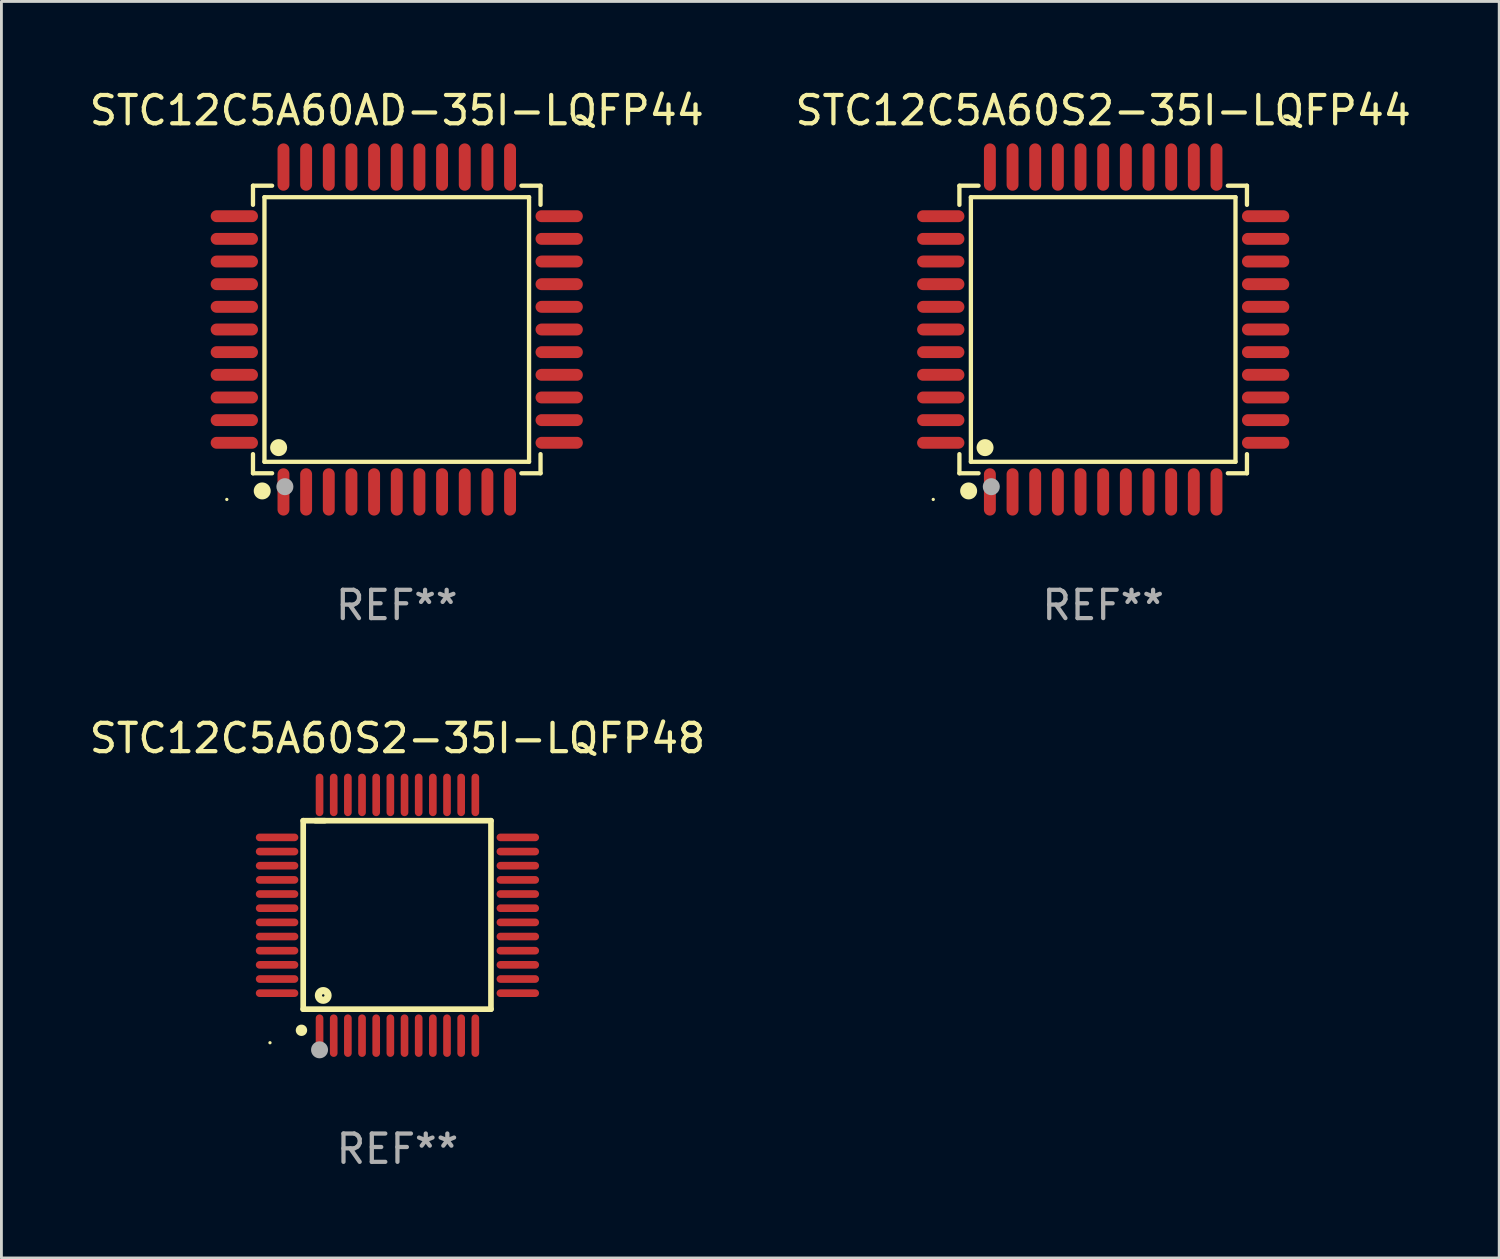
<source format=kicad_pcb>
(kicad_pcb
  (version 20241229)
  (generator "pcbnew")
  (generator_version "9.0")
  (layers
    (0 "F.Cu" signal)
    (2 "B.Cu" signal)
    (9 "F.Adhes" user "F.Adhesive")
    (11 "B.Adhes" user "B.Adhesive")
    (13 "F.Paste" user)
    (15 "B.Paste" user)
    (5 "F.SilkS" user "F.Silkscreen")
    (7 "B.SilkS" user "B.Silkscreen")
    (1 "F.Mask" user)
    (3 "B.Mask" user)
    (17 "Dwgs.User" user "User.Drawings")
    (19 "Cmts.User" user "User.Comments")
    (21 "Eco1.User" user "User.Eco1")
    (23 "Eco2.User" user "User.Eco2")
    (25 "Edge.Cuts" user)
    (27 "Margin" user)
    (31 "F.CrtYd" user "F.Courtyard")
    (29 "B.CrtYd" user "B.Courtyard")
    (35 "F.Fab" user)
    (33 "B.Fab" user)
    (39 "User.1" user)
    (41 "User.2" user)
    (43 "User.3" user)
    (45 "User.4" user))
  (footprint "STC12C5A60S2-35I-LQFP44"
    (layer "F.Cu")
    (at 35.899 8.583)
    (property "Reference" "STC12C5A60S2-35I-LQFP44" (at 0 -7.735 0) (layer "F.SilkS") (effects (font (size 1 1) (thickness 0.15))))
    (attr through_hole)
    (fp_line (start -5.076 -5.076) (end -4.401 -5.076) (stroke (width 0.152) (type solid)) (layer "F.SilkS"))
    (fp_line (start -5.076 -4.401) (end -5.076 -5.076) (stroke (width 0.152) (type solid)) (layer "F.SilkS"))
    (fp_line (start -5.076 4.401) (end -5.076 5.076) (stroke (width 0.152) (type solid)) (layer "F.SilkS"))
    (fp_line (start -5.076 5.076) (end -4.401 5.076) (stroke (width 0.152) (type solid)) (layer "F.SilkS"))
    (fp_line (start -4.671 -4.671) (end 4.671 -4.671) (stroke (width 0.152) (type solid)) (layer "F.SilkS"))
    (fp_line (start -4.671 4.671) (end -4.671 -4.671) (stroke (width 0.152) (type solid)) (layer "F.SilkS"))
    (fp_line (start 4.671 -4.671) (end 4.671 4.671) (stroke (width 0.152) (type solid)) (layer "F.SilkS"))
    (fp_line (start 4.671 4.671) (end -4.671 4.671) (stroke (width 0.152) (type solid)) (layer "F.SilkS"))
    (fp_line (start 5.076 -5.076) (end 4.401 -5.076) (stroke (width 0.152) (type solid)) (layer "F.SilkS"))
    (fp_line (start 5.076 -4.401) (end 5.076 -5.076) (stroke (width 0.152) (type solid)) (layer "F.SilkS"))
    (fp_line (start 5.076 4.401) (end 5.076 5.076) (stroke (width 0.152) (type solid)) (layer "F.SilkS"))
    (fp_line (start 5.076 5.076) (end 4.401 5.076) (stroke (width 0.152) (type solid)) (layer "F.SilkS"))
    (fp_circle (center -6 6) (end -5.97 6) (stroke (width 0.06) (type solid)) (fill no) (layer "F.SilkS"))
    (fp_circle (center -4.75 5.7) (end -4.6 5.7) (stroke (width 0.3) (type solid)) (fill no) (layer "F.SilkS"))
    (fp_circle (center -4.171 4.171) (end -4.021 4.171) (stroke (width 0.3) (type solid)) (fill no) (layer "F.SilkS"))
    (fp_circle (center -3.95 5.55) (end -3.8 5.55) (stroke (width 0.3) (type solid)) (fill no) (layer "F.Fab"))
    (fp_text user "REF**" (at 0 9.735 0) (layer "F.Fab") (effects (font (size 1 1) (thickness 0.15))))
    (pad "1" smd oval (at -4 5.735) (size 0.42 1.67) (layers "F.Cu" "F.Mask" "F.Paste"))
    (pad "2" smd oval (at -3.2 5.735) (size 0.42 1.67) (layers "F.Cu" "F.Mask" "F.Paste"))
    (pad "3" smd oval (at -2.4 5.735) (size 0.42 1.67) (layers "F.Cu" "F.Mask" "F.Paste"))
    (pad "4" smd oval (at -1.6 5.735) (size 0.42 1.67) (layers "F.Cu" "F.Mask" "F.Paste"))
    (pad "5" smd oval (at -0.8 5.735) (size 0.42 1.67) (layers "F.Cu" "F.Mask" "F.Paste"))
    (pad "6" smd oval (at 0 5.735) (size 0.42 1.67) (layers "F.Cu" "F.Mask" "F.Paste"))
    (pad "7" smd oval (at 0.8 5.735) (size 0.42 1.67) (layers "F.Cu" "F.Mask" "F.Paste"))
    (pad "8" smd oval (at 1.6 5.735) (size 0.42 1.67) (layers "F.Cu" "F.Mask" "F.Paste"))
    (pad "9" smd oval (at 2.4 5.735) (size 0.42 1.67) (layers "F.Cu" "F.Mask" "F.Paste"))
    (pad "10" smd oval (at 3.2 5.735) (size 0.42 1.67) (layers "F.Cu" "F.Mask" "F.Paste"))
    (pad "11" smd oval (at 4 5.735) (size 0.42 1.67) (layers "F.Cu" "F.Mask" "F.Paste"))
    (pad "12" smd oval (at 5.735 4) (size 1.67 0.42) (layers "F.Cu" "F.Mask" "F.Paste"))
    (pad "13" smd oval (at 5.735 3.2) (size 1.67 0.42) (layers "F.Cu" "F.Mask" "F.Paste"))
    (pad "14" smd oval (at 5.735 2.4) (size 1.67 0.42) (layers "F.Cu" "F.Mask" "F.Paste"))
    (pad "15" smd oval (at 5.735 1.6) (size 1.67 0.42) (layers "F.Cu" "F.Mask" "F.Paste"))
    (pad "16" smd oval (at 5.735 0.8) (size 1.67 0.42) (layers "F.Cu" "F.Mask" "F.Paste"))
    (pad "17" smd oval (at 5.735 0) (size 1.67 0.42) (layers "F.Cu" "F.Mask" "F.Paste"))
    (pad "18" smd oval (at 5.735 -0.8) (size 1.67 0.42) (layers "F.Cu" "F.Mask" "F.Paste"))
    (pad "19" smd oval (at 5.735 -1.6) (size 1.67 0.42) (layers "F.Cu" "F.Mask" "F.Paste"))
    (pad "20" smd oval (at 5.735 -2.4) (size 1.67 0.42) (layers "F.Cu" "F.Mask" "F.Paste"))
    (pad "21" smd oval (at 5.735 -3.2) (size 1.67 0.42) (layers "F.Cu" "F.Mask" "F.Paste"))
    (pad "22" smd oval (at 5.735 -4) (size 1.67 0.42) (layers "F.Cu" "F.Mask" "F.Paste"))
    (pad "23" smd oval (at 4 -5.735) (size 0.42 1.67) (layers "F.Cu" "F.Mask" "F.Paste"))
    (pad "24" smd oval (at 3.2 -5.735) (size 0.42 1.67) (layers "F.Cu" "F.Mask" "F.Paste"))
    (pad "25" smd oval (at 2.4 -5.735) (size 0.42 1.67) (layers "F.Cu" "F.Mask" "F.Paste"))
    (pad "26" smd oval (at 1.6 -5.735) (size 0.42 1.67) (layers "F.Cu" "F.Mask" "F.Paste"))
    (pad "27" smd oval (at 0.8 -5.735) (size 0.42 1.67) (layers "F.Cu" "F.Mask" "F.Paste"))
    (pad "28" smd oval (at 0 -5.735) (size 0.42 1.67) (layers "F.Cu" "F.Mask" "F.Paste"))
    (pad "29" smd oval (at -0.8 -5.735) (size 0.42 1.67) (layers "F.Cu" "F.Mask" "F.Paste"))
    (pad "30" smd oval (at -1.6 -5.735) (size 0.42 1.67) (layers "F.Cu" "F.Mask" "F.Paste"))
    (pad "31" smd oval (at -2.4 -5.735) (size 0.42 1.67) (layers "F.Cu" "F.Mask" "F.Paste"))
    (pad "32" smd oval (at -3.2 -5.735) (size 0.42 1.67) (layers "F.Cu" "F.Mask" "F.Paste"))
    (pad "33" smd oval (at -4 -5.735) (size 0.42 1.67) (layers "F.Cu" "F.Mask" "F.Paste"))
    (pad "34" smd oval (at -5.735 -4) (size 1.67 0.42) (layers "F.Cu" "F.Mask" "F.Paste"))
    (pad "35" smd oval (at -5.735 -3.2) (size 1.67 0.42) (layers "F.Cu" "F.Mask" "F.Paste"))
    (pad "36" smd oval (at -5.735 -2.4) (size 1.67 0.42) (layers "F.Cu" "F.Mask" "F.Paste"))
    (pad "37" smd oval (at -5.735 -1.6) (size 1.67 0.42) (layers "F.Cu" "F.Mask" "F.Paste"))
    (pad "38" smd oval (at -5.735 -0.8) (size 1.67 0.42) (layers "F.Cu" "F.Mask" "F.Paste"))
    (pad "39" smd oval (at -5.735 0) (size 1.67 0.42) (layers "F.Cu" "F.Mask" "F.Paste"))
    (pad "40" smd oval (at -5.735 0.8) (size 1.67 0.42) (layers "F.Cu" "F.Mask" "F.Paste"))
    (pad "41" smd oval (at -5.735 1.6) (size 1.67 0.42) (layers "F.Cu" "F.Mask" "F.Paste"))
    (pad "42" smd oval (at -5.735 2.4) (size 1.67 0.42) (layers "F.Cu" "F.Mask" "F.Paste"))
    (pad "43" smd oval (at -5.735 3.2) (size 1.67 0.42) (layers "F.Cu" "F.Mask" "F.Paste"))
    (pad "44" smd oval (at -5.735 4) (size 1.67 0.42) (layers "F.Cu" "F.Mask" "F.Paste")))
  (footprint "STC12C5A60S2-35I-LQFP48"
    (layer "F.Cu")
    (at 10.982 29.265)
    (property "Reference" "STC12C5A60S2-35I-LQFP48" (at 0 -6.25 0) (layer "F.SilkS") (effects (font (size 1 1) (thickness 0.15))))
    (attr through_hole)
    (fp_line (start -3.327 -3.34) (end -2.565 -3.34) (stroke (width 0.2) (type solid)) (layer "F.SilkS"))
    (fp_line (start -3.327 3.315) (end -3.327 -3.34) (stroke (width 0.2) (type solid)) (layer "F.SilkS"))
    (fp_line (start -2.896 -3.34) (end 3.302 -3.34) (stroke (width 0.2) (type solid)) (layer "F.SilkS"))
    (fp_line (start 3.302 -3.34) (end 3.302 3.315) (stroke (width 0.2) (type solid)) (layer "F.SilkS"))
    (fp_line (start 3.302 3.315) (end -3.327 3.315) (stroke (width 0.2) (type solid)) (layer "F.SilkS"))
    (fp_arc (start -3.389992 4.059995) (mid -3.388722 4.059991) (end -3.387452 4.059995) (stroke (width 0.4) (type solid)) (layer "F.SilkS"))
    (fp_circle (center -4.5 4.5) (end -4.47 4.5) (stroke (width 0.06) (type solid)) (fill no) (layer "F.SilkS"))
    (fp_circle (center -2.62 2.83) (end -2.45 2.83) (stroke (width 0.254) (type solid)) (fill no) (layer "F.SilkS"))
    (fp_circle (center -2.75 4.75) (end -2.6 4.75) (stroke (width 0.3) (type solid)) (fill no) (layer "F.Fab"))
    (fp_text user "REF**" (at 0 8.25 0) (layer "F.Fab") (effects (font (size 1 1) (thickness 0.15))))
    (pad "1" smd oval (at -2.75 4.25) (size 0.27 1.5) (layers "F.Cu" "F.Mask" "F.Paste"))
    (pad "2" smd oval (at -2.25 4.25) (size 0.27 1.5) (layers "F.Cu" "F.Mask" "F.Paste"))
    (pad "3" smd oval (at -1.75 4.25) (size 0.27 1.5) (layers "F.Cu" "F.Mask" "F.Paste"))
    (pad "4" smd oval (at -1.25 4.25) (size 0.27 1.5) (layers "F.Cu" "F.Mask" "F.Paste"))
    (pad "5" smd oval (at -0.75 4.25) (size 0.27 1.5) (layers "F.Cu" "F.Mask" "F.Paste"))
    (pad "6" smd oval (at -0.25 4.25) (size 0.27 1.5) (layers "F.Cu" "F.Mask" "F.Paste"))
    (pad "7" smd oval (at 0.25 4.25) (size 0.27 1.5) (layers "F.Cu" "F.Mask" "F.Paste"))
    (pad "8" smd oval (at 0.75 4.25) (size 0.27 1.5) (layers "F.Cu" "F.Mask" "F.Paste"))
    (pad "9" smd oval (at 1.25 4.25) (size 0.27 1.5) (layers "F.Cu" "F.Mask" "F.Paste"))
    (pad "10" smd oval (at 1.75 4.25) (size 0.27 1.5) (layers "F.Cu" "F.Mask" "F.Paste"))
    (pad "11" smd oval (at 2.25 4.25) (size 0.27 1.5) (layers "F.Cu" "F.Mask" "F.Paste"))
    (pad "12" smd oval (at 2.75 4.25) (size 0.27 1.5) (layers "F.Cu" "F.Mask" "F.Paste"))
    (pad "13" smd oval (at 4.25 2.75) (size 1.5 0.27) (layers "F.Cu" "F.Mask" "F.Paste"))
    (pad "14" smd oval (at 4.25 2.25) (size 1.5 0.27) (layers "F.Cu" "F.Mask" "F.Paste"))
    (pad "15" smd oval (at 4.25 1.75) (size 1.5 0.27) (layers "F.Cu" "F.Mask" "F.Paste"))
    (pad "16" smd oval (at 4.25 1.25) (size 1.5 0.27) (layers "F.Cu" "F.Mask" "F.Paste"))
    (pad "17" smd oval (at 4.25 0.75) (size 1.5 0.27) (layers "F.Cu" "F.Mask" "F.Paste"))
    (pad "18" smd oval (at 4.25 0.25) (size 1.5 0.27) (layers "F.Cu" "F.Mask" "F.Paste"))
    (pad "19" smd oval (at 4.25 -0.25) (size 1.5 0.27) (layers "F.Cu" "F.Mask" "F.Paste"))
    (pad "20" smd oval (at 4.25 -0.75) (size 1.5 0.27) (layers "F.Cu" "F.Mask" "F.Paste"))
    (pad "21" smd oval (at 4.25 -1.25) (size 1.5 0.27) (layers "F.Cu" "F.Mask" "F.Paste"))
    (pad "22" smd oval (at 4.25 -1.75) (size 1.5 0.27) (layers "F.Cu" "F.Mask" "F.Paste"))
    (pad "23" smd oval (at 4.25 -2.25) (size 1.5 0.27) (layers "F.Cu" "F.Mask" "F.Paste"))
    (pad "24" smd oval (at 4.25 -2.75) (size 1.5 0.27) (layers "F.Cu" "F.Mask" "F.Paste"))
    (pad "25" smd oval (at 2.75 -4.25) (size 0.27 1.5) (layers "F.Cu" "F.Mask" "F.Paste"))
    (pad "26" smd oval (at 2.25 -4.25) (size 0.27 1.5) (layers "F.Cu" "F.Mask" "F.Paste"))
    (pad "27" smd oval (at 1.75 -4.25) (size 0.27 1.5) (layers "F.Cu" "F.Mask" "F.Paste"))
    (pad "28" smd oval (at 1.25 -4.25) (size 0.27 1.5) (layers "F.Cu" "F.Mask" "F.Paste"))
    (pad "29" smd oval (at 0.75 -4.25) (size 0.27 1.5) (layers "F.Cu" "F.Mask" "F.Paste"))
    (pad "30" smd oval (at 0.25 -4.25) (size 0.27 1.5) (layers "F.Cu" "F.Mask" "F.Paste"))
    (pad "31" smd oval (at -0.25 -4.25) (size 0.27 1.5) (layers "F.Cu" "F.Mask" "F.Paste"))
    (pad "32" smd oval (at -0.75 -4.25) (size 0.27 1.5) (layers "F.Cu" "F.Mask" "F.Paste"))
    (pad "33" smd oval (at -1.25 -4.25) (size 0.27 1.5) (layers "F.Cu" "F.Mask" "F.Paste"))
    (pad "34" smd oval (at -1.75 -4.25) (size 0.27 1.5) (layers "F.Cu" "F.Mask" "F.Paste"))
    (pad "35" smd oval (at -2.25 -4.25) (size 0.27 1.5) (layers "F.Cu" "F.Mask" "F.Paste"))
    (pad "36" smd oval (at -2.75 -4.25) (size 0.27 1.5) (layers "F.Cu" "F.Mask" "F.Paste"))
    (pad "37" smd oval (at -4.25 -2.75) (size 1.5 0.27) (layers "F.Cu" "F.Mask" "F.Paste"))
    (pad "38" smd oval (at -4.25 -2.25) (size 1.5 0.27) (layers "F.Cu" "F.Mask" "F.Paste"))
    (pad "39" smd oval (at -4.25 -1.75) (size 1.5 0.27) (layers "F.Cu" "F.Mask" "F.Paste"))
    (pad "40" smd oval (at -4.25 -1.25) (size 1.5 0.27) (layers "F.Cu" "F.Mask" "F.Paste"))
    (pad "41" smd oval (at -4.25 -0.75) (size 1.5 0.27) (layers "F.Cu" "F.Mask" "F.Paste"))
    (pad "42" smd oval (at -4.25 -0.25) (size 1.5 0.27) (layers "F.Cu" "F.Mask" "F.Paste"))
    (pad "43" smd oval (at -4.25 0.25) (size 1.5 0.27) (layers "F.Cu" "F.Mask" "F.Paste"))
    (pad "44" smd oval (at -4.25 0.75) (size 1.5 0.27) (layers "F.Cu" "F.Mask" "F.Paste"))
    (pad "45" smd oval (at -4.25 1.25) (size 1.5 0.27) (layers "F.Cu" "F.Mask" "F.Paste"))
    (pad "46" smd oval (at -4.25 1.75) (size 1.5 0.27) (layers "F.Cu" "F.Mask" "F.Paste"))
    (pad "47" smd oval (at -4.25 2.25) (size 1.5 0.27) (layers "F.Cu" "F.Mask" "F.Paste"))
    (pad "48" smd oval (at -4.25 2.75) (size 1.5 0.27) (layers "F.Cu" "F.Mask" "F.Paste")))
  (footprint "STC12C5A60AD-35I-LQFP44"
    (layer "F.Cu")
    (at 10.958 8.583)
    (property "Reference" "STC12C5A60AD-35I-LQFP44" (at 0 -7.735 0) (layer "F.SilkS") (effects (font (size 1 1) (thickness 0.15))))
    (attr through_hole)
    (fp_line (start -5.076 -5.076) (end -4.401 -5.076) (stroke (width 0.152) (type solid)) (layer "F.SilkS"))
    (fp_line (start -5.076 -4.401) (end -5.076 -5.076) (stroke (width 0.152) (type solid)) (layer "F.SilkS"))
    (fp_line (start -5.076 4.401) (end -5.076 5.076) (stroke (width 0.152) (type solid)) (layer "F.SilkS"))
    (fp_line (start -5.076 5.076) (end -4.401 5.076) (stroke (width 0.152) (type solid)) (layer "F.SilkS"))
    (fp_line (start -4.671 -4.671) (end 4.671 -4.671) (stroke (width 0.152) (type solid)) (layer "F.SilkS"))
    (fp_line (start -4.671 4.671) (end -4.671 -4.671) (stroke (width 0.152) (type solid)) (layer "F.SilkS"))
    (fp_line (start 4.671 -4.671) (end 4.671 4.671) (stroke (width 0.152) (type solid)) (layer "F.SilkS"))
    (fp_line (start 4.671 4.671) (end -4.671 4.671) (stroke (width 0.152) (type solid)) (layer "F.SilkS"))
    (fp_line (start 5.076 -5.076) (end 4.401 -5.076) (stroke (width 0.152) (type solid)) (layer "F.SilkS"))
    (fp_line (start 5.076 -4.401) (end 5.076 -5.076) (stroke (width 0.152) (type solid)) (layer "F.SilkS"))
    (fp_line (start 5.076 4.401) (end 5.076 5.076) (stroke (width 0.152) (type solid)) (layer "F.SilkS"))
    (fp_line (start 5.076 5.076) (end 4.401 5.076) (stroke (width 0.152) (type solid)) (layer "F.SilkS"))
    (fp_circle (center -6 6) (end -5.97 6) (stroke (width 0.06) (type solid)) (fill no) (layer "F.SilkS"))
    (fp_circle (center -4.75 5.7) (end -4.6 5.7) (stroke (width 0.3) (type solid)) (fill no) (layer "F.SilkS"))
    (fp_circle (center -4.171 4.171) (end -4.021 4.171) (stroke (width 0.3) (type solid)) (fill no) (layer "F.SilkS"))
    (fp_circle (center -3.95 5.55) (end -3.8 5.55) (stroke (width 0.3) (type solid)) (fill no) (layer "F.Fab"))
    (fp_text user "REF**" (at 0 9.735 0) (layer "F.Fab") (effects (font (size 1 1) (thickness 0.15))))
    (pad "1" smd oval (at -4 5.735) (size 0.42 1.67) (layers "F.Cu" "F.Mask" "F.Paste"))
    (pad "2" smd oval (at -3.2 5.735) (size 0.42 1.67) (layers "F.Cu" "F.Mask" "F.Paste"))
    (pad "3" smd oval (at -2.4 5.735) (size 0.42 1.67) (layers "F.Cu" "F.Mask" "F.Paste"))
    (pad "4" smd oval (at -1.6 5.735) (size 0.42 1.67) (layers "F.Cu" "F.Mask" "F.Paste"))
    (pad "5" smd oval (at -0.8 5.735) (size 0.42 1.67) (layers "F.Cu" "F.Mask" "F.Paste"))
    (pad "6" smd oval (at 0 5.735) (size 0.42 1.67) (layers "F.Cu" "F.Mask" "F.Paste"))
    (pad "7" smd oval (at 0.8 5.735) (size 0.42 1.67) (layers "F.Cu" "F.Mask" "F.Paste"))
    (pad "8" smd oval (at 1.6 5.735) (size 0.42 1.67) (layers "F.Cu" "F.Mask" "F.Paste"))
    (pad "9" smd oval (at 2.4 5.735) (size 0.42 1.67) (layers "F.Cu" "F.Mask" "F.Paste"))
    (pad "10" smd oval (at 3.2 5.735) (size 0.42 1.67) (layers "F.Cu" "F.Mask" "F.Paste"))
    (pad "11" smd oval (at 4 5.735) (size 0.42 1.67) (layers "F.Cu" "F.Mask" "F.Paste"))
    (pad "12" smd oval (at 5.735 4) (size 1.67 0.42) (layers "F.Cu" "F.Mask" "F.Paste"))
    (pad "13" smd oval (at 5.735 3.2) (size 1.67 0.42) (layers "F.Cu" "F.Mask" "F.Paste"))
    (pad "14" smd oval (at 5.735 2.4) (size 1.67 0.42) (layers "F.Cu" "F.Mask" "F.Paste"))
    (pad "15" smd oval (at 5.735 1.6) (size 1.67 0.42) (layers "F.Cu" "F.Mask" "F.Paste"))
    (pad "16" smd oval (at 5.735 0.8) (size 1.67 0.42) (layers "F.Cu" "F.Mask" "F.Paste"))
    (pad "17" smd oval (at 5.735 0) (size 1.67 0.42) (layers "F.Cu" "F.Mask" "F.Paste"))
    (pad "18" smd oval (at 5.735 -0.8) (size 1.67 0.42) (layers "F.Cu" "F.Mask" "F.Paste"))
    (pad "19" smd oval (at 5.735 -1.6) (size 1.67 0.42) (layers "F.Cu" "F.Mask" "F.Paste"))
    (pad "20" smd oval (at 5.735 -2.4) (size 1.67 0.42) (layers "F.Cu" "F.Mask" "F.Paste"))
    (pad "21" smd oval (at 5.735 -3.2) (size 1.67 0.42) (layers "F.Cu" "F.Mask" "F.Paste"))
    (pad "22" smd oval (at 5.735 -4) (size 1.67 0.42) (layers "F.Cu" "F.Mask" "F.Paste"))
    (pad "23" smd oval (at 4 -5.735) (size 0.42 1.67) (layers "F.Cu" "F.Mask" "F.Paste"))
    (pad "24" smd oval (at 3.2 -5.735) (size 0.42 1.67) (layers "F.Cu" "F.Mask" "F.Paste"))
    (pad "25" smd oval (at 2.4 -5.735) (size 0.42 1.67) (layers "F.Cu" "F.Mask" "F.Paste"))
    (pad "26" smd oval (at 1.6 -5.735) (size 0.42 1.67) (layers "F.Cu" "F.Mask" "F.Paste"))
    (pad "27" smd oval (at 0.8 -5.735) (size 0.42 1.67) (layers "F.Cu" "F.Mask" "F.Paste"))
    (pad "28" smd oval (at 0 -5.735) (size 0.42 1.67) (layers "F.Cu" "F.Mask" "F.Paste"))
    (pad "29" smd oval (at -0.8 -5.735) (size 0.42 1.67) (layers "F.Cu" "F.Mask" "F.Paste"))
    (pad "30" smd oval (at -1.6 -5.735) (size 0.42 1.67) (layers "F.Cu" "F.Mask" "F.Paste"))
    (pad "31" smd oval (at -2.4 -5.735) (size 0.42 1.67) (layers "F.Cu" "F.Mask" "F.Paste"))
    (pad "32" smd oval (at -3.2 -5.735) (size 0.42 1.67) (layers "F.Cu" "F.Mask" "F.Paste"))
    (pad "33" smd oval (at -4 -5.735) (size 0.42 1.67) (layers "F.Cu" "F.Mask" "F.Paste"))
    (pad "34" smd oval (at -5.735 -4) (size 1.67 0.42) (layers "F.Cu" "F.Mask" "F.Paste"))
    (pad "35" smd oval (at -5.735 -3.2) (size 1.67 0.42) (layers "F.Cu" "F.Mask" "F.Paste"))
    (pad "36" smd oval (at -5.735 -2.4) (size 1.67 0.42) (layers "F.Cu" "F.Mask" "F.Paste"))
    (pad "37" smd oval (at -5.735 -1.6) (size 1.67 0.42) (layers "F.Cu" "F.Mask" "F.Paste"))
    (pad "38" smd oval (at -5.735 -0.8) (size 1.67 0.42) (layers "F.Cu" "F.Mask" "F.Paste"))
    (pad "39" smd oval (at -5.735 0) (size 1.67 0.42) (layers "F.Cu" "F.Mask" "F.Paste"))
    (pad "40" smd oval (at -5.735 0.8) (size 1.67 0.42) (layers "F.Cu" "F.Mask" "F.Paste"))
    (pad "41" smd oval (at -5.735 1.6) (size 1.67 0.42) (layers "F.Cu" "F.Mask" "F.Paste"))
    (pad "42" smd oval (at -5.735 2.4) (size 1.67 0.42) (layers "F.Cu" "F.Mask" "F.Paste"))
    (pad "43" smd oval (at -5.735 3.2) (size 1.67 0.42) (layers "F.Cu" "F.Mask" "F.Paste"))
    (pad "44" smd oval (at -5.735 4) (size 1.67 0.42) (layers "F.Cu" "F.Mask" "F.Paste")))
  (gr_rect
    (start -3 -3)
    (end 49.881 41.363)
    (stroke (width 0.1) (type default))
    (fill no)
    (layer "Edge.Cuts")))
</source>
